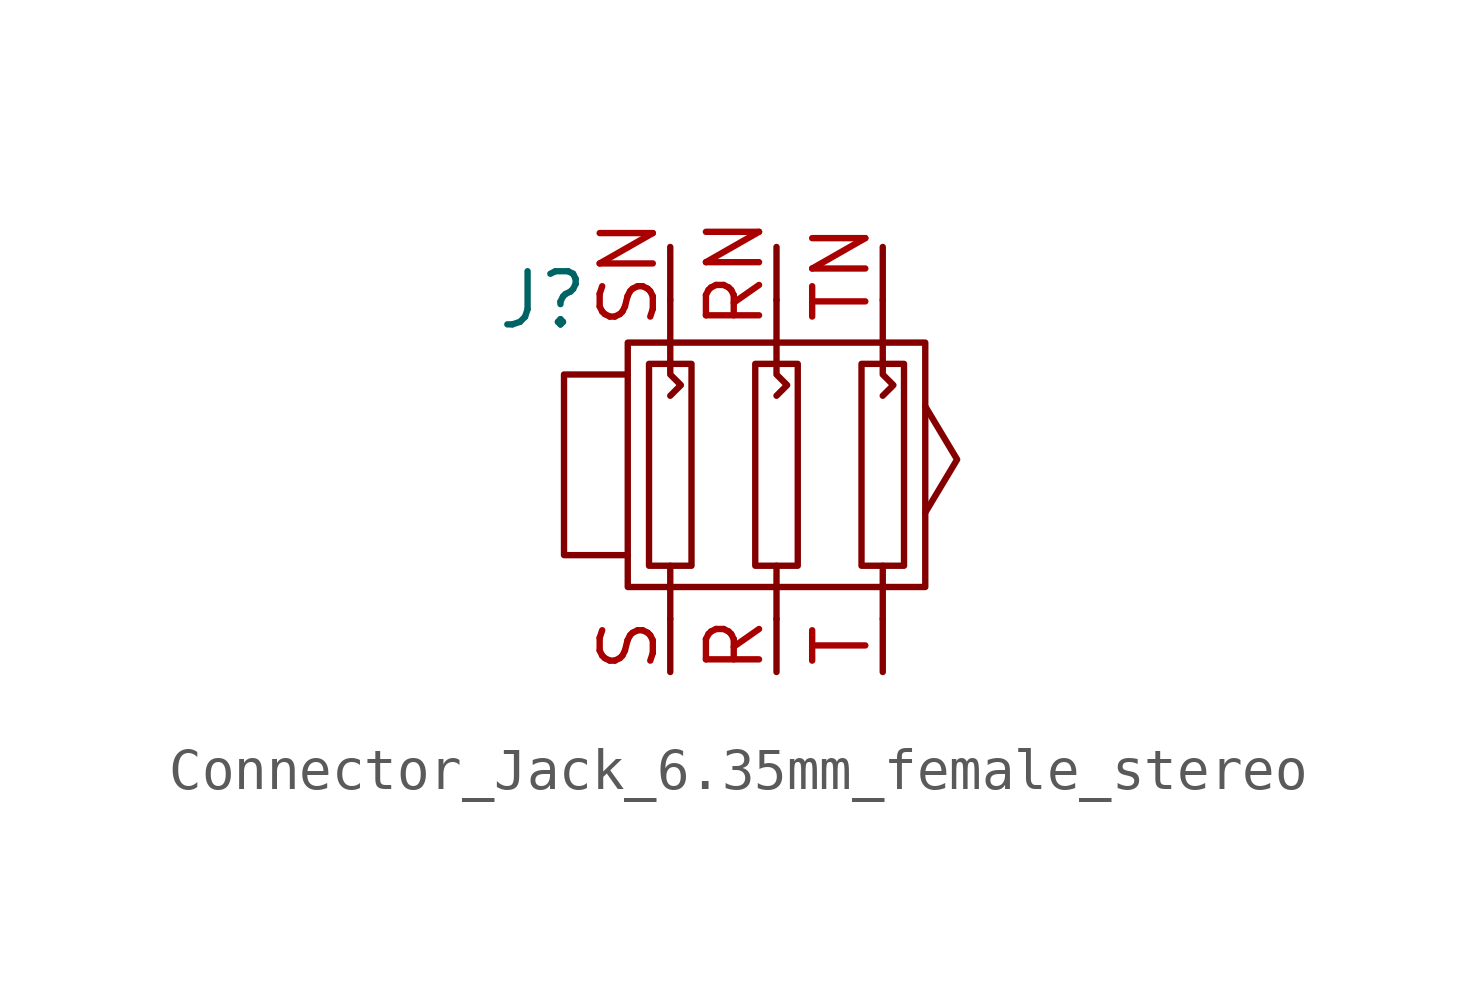
<source format=kicad_sym>
(kicad_symbol_lib
  (version 20220914)
  (generator kicad_symbol_editor)
  (symbol "Connector_Jack_6.35mm_female_stereo"
    (pin_names hide)
    (property "Reference" "J"
      (at -5.588 3.81 0)
      (effects (font (size 1.27 1.27))))
    (symbol "Connector_Jack_6.35mm_female_stereo_0_0"
      (rectangle (start -3.556 2.794) (end 3.556 -3.048) (stroke (width 0) (type default)) (fill (type none)))
      (polyline (pts (xy -2.54 -3.81) (xy -2.54 -2.54)) (stroke (width 0) (type default)) (fill (type none)))
      (polyline (pts (xy 0 -3.81) (xy 0 -2.54)) (stroke (width 0) (type default)) (fill (type none)))
      (polyline (pts (xy 2.54 -3.81) (xy 2.54 -2.54)) (stroke (width 0) (type default)) (fill (type none)))
      (polyline (pts (xy 3.556 1.27) (xy 4.318 0) (xy 3.556 -1.27)) (stroke (width 0) (type default)) (fill (type none)))
      (polyline (pts (xy -3.556 2.032) (xy -5.08 2.032) (xy -5.08 -2.286) (xy -3.556 -2.286)) (stroke (width 0) (type default)) (fill (type none))))
    (symbol "Connector_Jack_6.35mm_female_stereo_0_1"
      (rectangle (start -3.048 2.286) (end -2.032 -2.54) (stroke (width 0) (type default)) (fill (type none)))
      (rectangle (start -0.508 2.286) (end 0.508 -2.54) (stroke (width 0) (type default)) (fill (type none)))
      (polyline (pts (xy -2.54 3.81) (xy -2.54 2.032) (xy -2.286 1.778) (xy -2.54 1.524)) (stroke (width 0) (type default)) (fill (type none)))
      (polyline (pts (xy 0 3.81) (xy 0 2.032) (xy 0.254 1.778) (xy 0 1.524)) (stroke (width 0) (type default)) (fill (type none)))
      (polyline (pts (xy 2.54 3.81) (xy 2.54 2.032) (xy 2.794 1.778) (xy 2.54 1.524)) (stroke (width 0) (type default)) (fill (type none)))
      (rectangle (start 2.032 2.286) (end 3.048 -2.54) (stroke (width 0) (type default)) (fill (type none))))
    (symbol "Connector_Jack_6.35mm_female_stereo_1_1"
      (pin passive line (at 0 -5.08 90) (length 1.27) (name "R" (effects (font (size 1.27 1.27)))) (number "R" (effects (font (size 1.27 1.27)))))
      (pin passive line (at 0 5.08 270) (length 1.27) (name "RN" (effects (font (size 1.27 1.27)))) (number "RN" (effects (font (size 1.27 1.27)))))
      (pin passive line (at -2.54 -5.08 90) (length 1.27) (name "S" (effects (font (size 1.27 1.27)))) (number "S" (effects (font (size 1.27 1.27)))))
      (pin passive line (at -2.54 5.08 270) (length 1.27) (name "SN" (effects (font (size 1.27 1.27)))) (number "SN" (effects (font (size 1.27 1.27)))))
      (pin passive line (at 2.54 -5.08 90) (length 1.27) (name "T" (effects (font (size 1.27 1.27)))) (number "T" (effects (font (size 1.27 1.27)))))
      (pin passive line (at 2.54 5.08 270) (length 1.27) (name "TN" (effects (font (size 1.27 1.27)))) (number "TN" (effects (font (size 1.27 1.27))))))))
</source>
